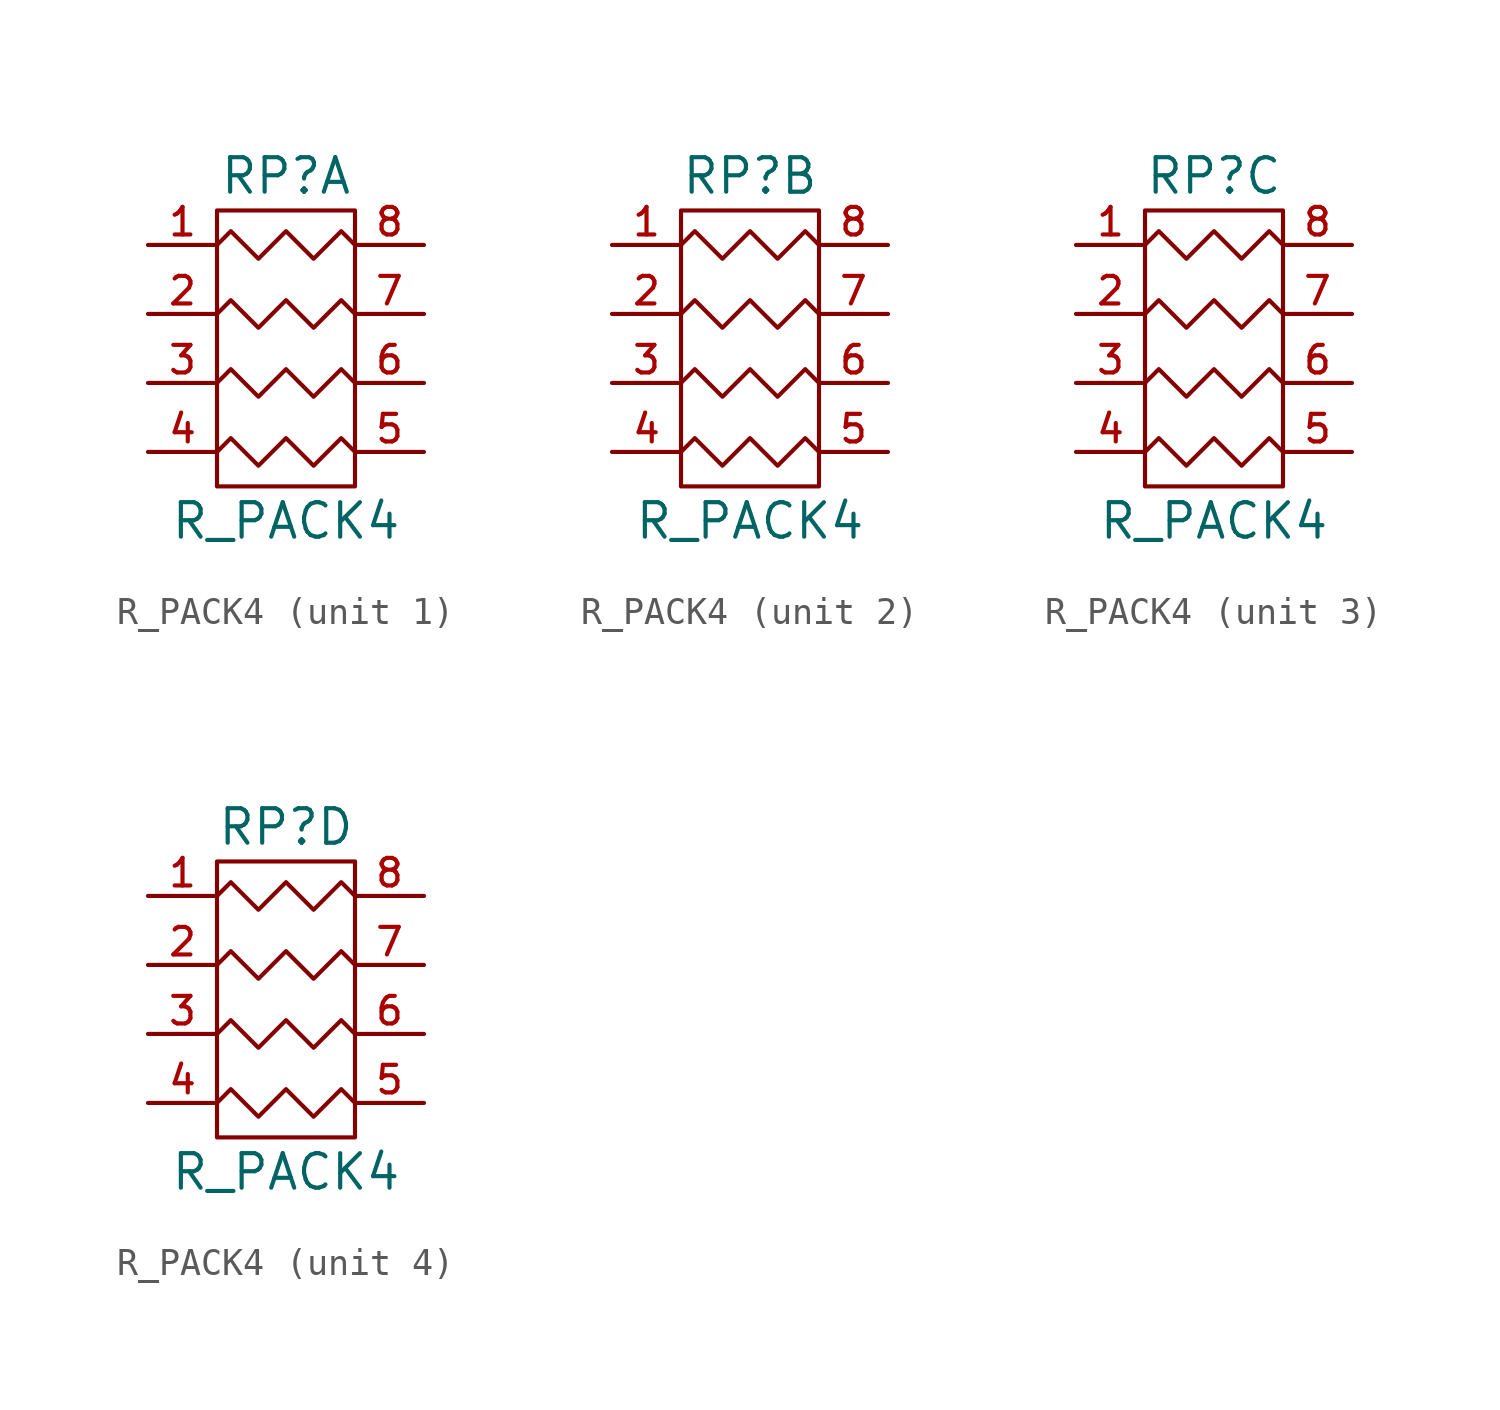
<source format=kicad_sym>
(kicad_symbol_lib
  (version 20220914)
  (generator kicad_symbol_editor)
  (symbol "R_PACK4"
    (pin_names hide)
    (property "Reference" "RP"
      (at 0 11.43 0)
      (effects (font (size 1.27 1.27))))
    (property "Value" "R_PACK4"
      (at 0 -1.27 0)
      (effects (font (size 1.27 1.27))))
    (property "Footprint" ""
      (at 0 0 0)
      (effects (font (size 1.27 1.27))))
    (property "Datasheet" ""
      (at 0 0 0)
      (effects (font (size 1.27 1.27))))
    (symbol "R_PACK4_0_1"
      (polyline (pts (xy -2.54 10.16) (xy -2.54 0) (xy 2.54 0) (xy 2.54 10.16) (xy -2.54 10.16)) (stroke (width 0) (type solid)) (fill (type none)))
      (polyline (pts (xy -2.54 1.27) (xy -2.032 1.778) (xy -1.016 0.762) (xy 0 1.778) (xy 1.016 0.762) (xy 2.032 1.778) (xy 2.54 1.27)) (stroke (width 0) (type solid)) (fill (type none)))
      (polyline (pts (xy -2.54 3.81) (xy -2.032 4.318) (xy -1.016 3.302) (xy 0 4.318) (xy 1.016 3.302) (xy 2.032 4.318) (xy 2.54 3.81)) (stroke (width 0) (type solid)) (fill (type none)))
      (polyline (pts (xy -2.54 6.35) (xy -2.032 6.858) (xy -1.016 5.842) (xy 0 6.858) (xy 1.016 5.842) (xy 2.032 6.858) (xy 2.54 6.35)) (stroke (width 0) (type solid)) (fill (type none)))
      (polyline (pts (xy -2.54 8.89) (xy -2.032 9.398) (xy -1.016 8.382) (xy 0 9.398) (xy 1.016 8.382) (xy 2.032 9.398) (xy 2.54 8.89)) (stroke (width 0) (type solid)) (fill (type none))))
    (symbol "R_PACK4_1_1"
      (pin passive line (at -5.08 8.89 0) (length 2.54) (name "P1" (effects (font (size 1.016 1.016)))) (number "1" (effects (font (size 1.016 1.016)))))
      (pin passive line (at -5.08 6.35 0) (length 2.54) (name "P2" (effects (font (size 1.016 1.016)))) (number "2" (effects (font (size 1.016 1.016)))))
      (pin passive line (at -5.08 3.81 0) (length 2.54) (name "P3" (effects (font (size 1.016 1.016)))) (number "3" (effects (font (size 1.016 1.016)))))
      (pin passive line (at -5.08 1.27 0) (length 2.54) (name "P4" (effects (font (size 1.016 1.016)))) (number "4" (effects (font (size 1.016 1.016)))))
      (pin passive line (at 5.08 1.27 180) (length 2.54) (name "R4" (effects (font (size 1.016 1.016)))) (number "5" (effects (font (size 1.016 1.016)))))
      (pin passive line (at 5.08 3.81 180) (length 2.54) (name "R3" (effects (font (size 1.016 1.016)))) (number "6" (effects (font (size 1.016 1.016)))))
      (pin passive line (at 5.08 6.35 180) (length 2.54) (name "R2" (effects (font (size 1.016 1.016)))) (number "7" (effects (font (size 1.016 1.016)))))
      (pin passive line (at 5.08 8.89 180) (length 2.54) (name "R1" (effects (font (size 1.016 1.016)))) (number "8" (effects (font (size 1.016 1.016))))))
    (symbol "R_PACK4_2_1"
      (pin passive line (at -5.08 8.89 0) (length 2.54) (name "P1" (effects (font (size 1.016 1.016)))) (number "1" (effects (font (size 1.016 1.016)))))
      (pin passive line (at -5.08 6.35 0) (length 2.54) (name "P2" (effects (font (size 1.016 1.016)))) (number "2" (effects (font (size 1.016 1.016)))))
      (pin passive line (at -5.08 3.81 0) (length 2.54) (name "P3" (effects (font (size 1.016 1.016)))) (number "3" (effects (font (size 1.016 1.016)))))
      (pin passive line (at -5.08 1.27 0) (length 2.54) (name "P4" (effects (font (size 1.016 1.016)))) (number "4" (effects (font (size 1.016 1.016)))))
      (pin passive line (at 5.08 1.27 180) (length 2.54) (name "R4" (effects (font (size 1.016 1.016)))) (number "5" (effects (font (size 1.016 1.016)))))
      (pin passive line (at 5.08 3.81 180) (length 2.54) (name "R3" (effects (font (size 1.016 1.016)))) (number "6" (effects (font (size 1.016 1.016)))))
      (pin passive line (at 5.08 6.35 180) (length 2.54) (name "R2" (effects (font (size 1.016 1.016)))) (number "7" (effects (font (size 1.016 1.016)))))
      (pin passive line (at 5.08 8.89 180) (length 2.54) (name "R1" (effects (font (size 1.016 1.016)))) (number "8" (effects (font (size 1.016 1.016))))))
    (symbol "R_PACK4_3_1"
      (pin passive line (at -5.08 8.89 0) (length 2.54) (name "P1" (effects (font (size 1.016 1.016)))) (number "1" (effects (font (size 1.016 1.016)))))
      (pin passive line (at -5.08 6.35 0) (length 2.54) (name "P2" (effects (font (size 1.016 1.016)))) (number "2" (effects (font (size 1.016 1.016)))))
      (pin passive line (at -5.08 3.81 0) (length 2.54) (name "P3" (effects (font (size 1.016 1.016)))) (number "3" (effects (font (size 1.016 1.016)))))
      (pin passive line (at -5.08 1.27 0) (length 2.54) (name "P4" (effects (font (size 1.016 1.016)))) (number "4" (effects (font (size 1.016 1.016)))))
      (pin passive line (at 5.08 1.27 180) (length 2.54) (name "R4" (effects (font (size 1.016 1.016)))) (number "5" (effects (font (size 1.016 1.016)))))
      (pin passive line (at 5.08 3.81 180) (length 2.54) (name "R3" (effects (font (size 1.016 1.016)))) (number "6" (effects (font (size 1.016 1.016)))))
      (pin passive line (at 5.08 6.35 180) (length 2.54) (name "R2" (effects (font (size 1.016 1.016)))) (number "7" (effects (font (size 1.016 1.016)))))
      (pin passive line (at 5.08 8.89 180) (length 2.54) (name "R1" (effects (font (size 1.016 1.016)))) (number "8" (effects (font (size 1.016 1.016))))))
    (symbol "R_PACK4_4_1"
      (pin passive line (at -5.08 8.89 0) (length 2.54) (name "P1" (effects (font (size 1.016 1.016)))) (number "1" (effects (font (size 1.016 1.016)))))
      (pin passive line (at -5.08 6.35 0) (length 2.54) (name "P2" (effects (font (size 1.016 1.016)))) (number "2" (effects (font (size 1.016 1.016)))))
      (pin passive line (at -5.08 3.81 0) (length 2.54) (name "P3" (effects (font (size 1.016 1.016)))) (number "3" (effects (font (size 1.016 1.016)))))
      (pin passive line (at -5.08 1.27 0) (length 2.54) (name "P4" (effects (font (size 1.016 1.016)))) (number "4" (effects (font (size 1.016 1.016)))))
      (pin passive line (at 5.08 1.27 180) (length 2.54) (name "R4" (effects (font (size 1.016 1.016)))) (number "5" (effects (font (size 1.016 1.016)))))
      (pin passive line (at 5.08 3.81 180) (length 2.54) (name "R3" (effects (font (size 1.016 1.016)))) (number "6" (effects (font (size 1.016 1.016)))))
      (pin passive line (at 5.08 6.35 180) (length 2.54) (name "R2" (effects (font (size 1.016 1.016)))) (number "7" (effects (font (size 1.016 1.016)))))
      (pin passive line (at 5.08 8.89 180) (length 2.54) (name "R1" (effects (font (size 1.016 1.016)))) (number "8" (effects (font (size 1.016 1.016))))))))
</source>
